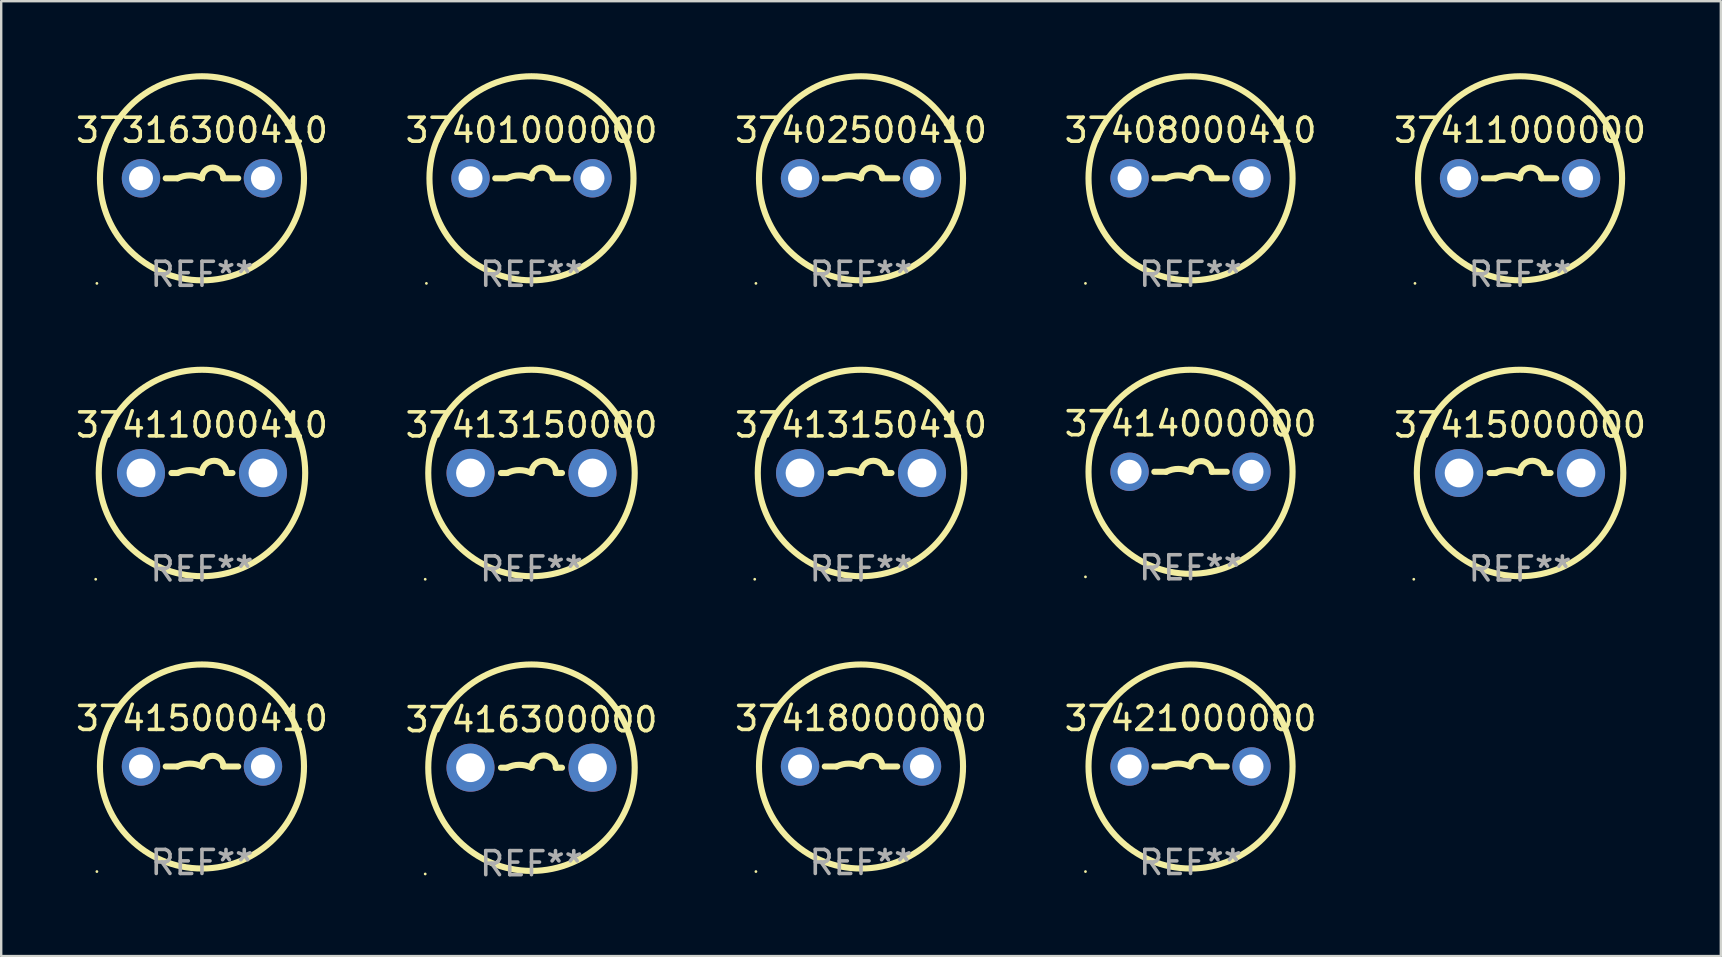
<source format=kicad_pcb>
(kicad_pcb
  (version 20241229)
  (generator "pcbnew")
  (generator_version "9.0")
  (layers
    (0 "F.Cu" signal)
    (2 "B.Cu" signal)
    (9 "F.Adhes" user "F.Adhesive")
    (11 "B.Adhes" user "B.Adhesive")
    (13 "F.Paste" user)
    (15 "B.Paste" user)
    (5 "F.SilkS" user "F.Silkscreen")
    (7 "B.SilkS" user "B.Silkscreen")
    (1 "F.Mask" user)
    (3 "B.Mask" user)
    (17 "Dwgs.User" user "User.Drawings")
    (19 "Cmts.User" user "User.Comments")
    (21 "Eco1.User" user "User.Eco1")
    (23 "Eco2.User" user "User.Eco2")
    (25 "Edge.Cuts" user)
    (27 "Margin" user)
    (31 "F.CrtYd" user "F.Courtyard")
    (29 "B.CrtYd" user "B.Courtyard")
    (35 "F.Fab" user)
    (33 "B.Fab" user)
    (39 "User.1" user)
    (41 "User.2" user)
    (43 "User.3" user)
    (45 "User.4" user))
  (footprint "37411000000"
    (layer "F.Cu")
    (at 60.268 4.377)
    (property "Reference" "37411000000" (at 0 -2 0) (layer "F.SilkS") (effects (font (size 1 1) (thickness 0.15))))
    (attr through_hole)
    (fp_line (start -1.509 0) (end -1.016 0) (stroke (width 0.254) (type solid)) (layer "F.SilkS"))
    (fp_line (start 1.509 0) (end 0.889 0) (stroke (width 0.254) (type solid)) (layer "F.SilkS"))
    (fp_arc (start -1.016002 0) (mid -0.508001 -0.119923) (end 0 0) (stroke (width 0.254001) (type solid)) (layer "F.SilkS"))
    (fp_arc (start 0 0) (mid 0.444501 -0.444501) (end 0.889002 0) (stroke (width 0.254001) (type solid)) (layer "F.SilkS"))
    (fp_circle (center -4.377 4.377) (end -4.347 4.377) (stroke (width 0.06) (type solid)) (fill no) (layer "F.SilkS"))
    (fp_circle (center 0 0) (end 4.25 0) (stroke (width 0.254) (type solid)) (fill no) (layer "F.SilkS"))
    (fp_text user "REF**" (at 0 4 0) (layer "F.Fab") (effects (font (size 1 1) (thickness 0.15))))
    (pad "1" thru_hole circle (at -2.54 0) (size 1.6 1.6) (drill 1) (layers "*.Cu" "*.Mask"))
    (pad "2" thru_hole circle (at 2.54 0) (size 1.6 1.6) (drill 1) (layers "*.Cu" "*.Mask")))
  (footprint "37418000000"
    (layer "F.Cu")
    (at 32.815 28.878)
    (property "Reference" "37418000000" (at 0 -2 0) (layer "F.SilkS") (effects (font (size 1 1) (thickness 0.15))))
    (attr through_hole)
    (fp_line (start -1.509 0) (end -1.016 0) (stroke (width 0.254) (type solid)) (layer "F.SilkS"))
    (fp_line (start 1.509 0) (end 0.889 0) (stroke (width 0.254) (type solid)) (layer "F.SilkS"))
    (fp_arc (start -1.016002 0) (mid -0.508001 -0.119923) (end 0 0) (stroke (width 0.254001) (type solid)) (layer "F.SilkS"))
    (fp_arc (start 0 0) (mid 0.444501 -0.444501) (end 0.889002 0) (stroke (width 0.254001) (type solid)) (layer "F.SilkS"))
    (fp_circle (center -4.377 4.377) (end -4.347 4.377) (stroke (width 0.06) (type solid)) (fill no) (layer "F.SilkS"))
    (fp_circle (center 0 0) (end 4.25 0) (stroke (width 0.254) (type solid)) (fill no) (layer "F.SilkS"))
    (fp_text user "REF**" (at 0 4 0) (layer "F.Fab") (effects (font (size 1 1) (thickness 0.15))))
    (pad "1" thru_hole circle (at -2.54 0) (size 1.6 1.6) (drill 1) (layers "*.Cu" "*.Mask"))
    (pad "2" thru_hole circle (at 2.54 0) (size 1.6 1.6) (drill 1) (layers "*.Cu" "*.Mask")))
  (footprint "37416300000"
    (layer "F.Cu")
    (at 19.089 28.928)
    (property "Reference" "37416300000" (at 0 -2 0) (layer "F.SilkS") (effects (font (size 1 1) (thickness 0.15))))
    (attr through_hole)
    (fp_line (start -1.016 0) (end -1.27 0) (stroke (width 0.254) (type solid)) (layer "F.SilkS"))
    (fp_line (start 1.016 0) (end 1.27 0) (stroke (width 0.254) (type solid)) (layer "F.SilkS"))
    (fp_arc (start -1.016002 0) (mid -0.508001 -0.119923) (end 0 0) (stroke (width 0.254001) (type solid)) (layer "F.SilkS"))
    (fp_arc (start 0 0) (mid 0.508001 -0.508001) (end 1.016002 0) (stroke (width 0.254001) (type solid)) (layer "F.SilkS"))
    (fp_circle (center -4.427 4.427) (end -4.397 4.427) (stroke (width 0.06) (type solid)) (fill no) (layer "F.SilkS"))
    (fp_circle (center 0 0) (end 4.3 0) (stroke (width 0.254) (type solid)) (fill no) (layer "F.SilkS"))
    (fp_text user "REF**" (at 0 4 0) (layer "F.Fab") (effects (font (size 1 1) (thickness 0.15))))
    (pad "1" thru_hole circle (at -2.54 0) (size 2 2) (drill 1.2) (layers "*.Cu" "*.Mask"))
    (pad "2" thru_hole circle (at 2.54 0) (size 2 2) (drill 1.2) (layers "*.Cu" "*.Mask")))
  (footprint "37414000000"
    (layer "F.Cu")
    (at 46.542 16.602)
    (property "Reference" "37414000000" (at 0 -2 0) (layer "F.SilkS") (effects (font (size 1 1) (thickness 0.15))))
    (attr through_hole)
    (fp_line (start -1.509 0) (end -1.016 0) (stroke (width 0.254) (type solid)) (layer "F.SilkS"))
    (fp_line (start 1.509 0) (end 0.889 0) (stroke (width 0.254) (type solid)) (layer "F.SilkS"))
    (fp_arc (start -1.016002 0) (mid -0.508001 -0.119923) (end 0 0) (stroke (width 0.254001) (type solid)) (layer "F.SilkS"))
    (fp_arc (start 0 0) (mid 0.444501 -0.444501) (end 0.889002 0) (stroke (width 0.254001) (type solid)) (layer "F.SilkS"))
    (fp_circle (center -4.377 4.377) (end -4.347 4.377) (stroke (width 0.06) (type solid)) (fill no) (layer "F.SilkS"))
    (fp_circle (center 0 0) (end 4.25 0) (stroke (width 0.254) (type solid)) (fill no) (layer "F.SilkS"))
    (fp_text user "REF**" (at 0 4 0) (layer "F.Fab") (effects (font (size 1 1) (thickness 0.15))))
    (pad "1" thru_hole circle (at -2.54 0) (size 1.6 1.6) (drill 1) (layers "*.Cu" "*.Mask"))
    (pad "2" thru_hole circle (at 2.54 0) (size 1.6 1.6) (drill 1) (layers "*.Cu" "*.Mask")))
  (footprint "37413150000"
    (layer "F.Cu")
    (at 19.089 16.652)
    (property "Reference" "37413150000" (at 0 -2 0) (layer "F.SilkS") (effects (font (size 1 1) (thickness 0.15))))
    (attr through_hole)
    (fp_line (start -1.016 0) (end -1.27 0) (stroke (width 0.254) (type solid)) (layer "F.SilkS"))
    (fp_line (start 1.016 0) (end 1.27 0) (stroke (width 0.254) (type solid)) (layer "F.SilkS"))
    (fp_arc (start -1.016002 0) (mid -0.508001 -0.119923) (end 0 0) (stroke (width 0.254001) (type solid)) (layer "F.SilkS"))
    (fp_arc (start 0 0) (mid 0.508001 -0.508001) (end 1.016002 0) (stroke (width 0.254001) (type solid)) (layer "F.SilkS"))
    (fp_circle (center -4.427 4.427) (end -4.397 4.427) (stroke (width 0.06) (type solid)) (fill no) (layer "F.SilkS"))
    (fp_circle (center 0 0) (end 4.3 0) (stroke (width 0.254) (type solid)) (fill no) (layer "F.SilkS"))
    (fp_text user "REF**" (at 0 4 0) (layer "F.Fab") (effects (font (size 1 1) (thickness 0.15))))
    (pad "1" thru_hole circle (at -2.54 0) (size 2 2) (drill 1.2) (layers "*.Cu" "*.Mask"))
    (pad "2" thru_hole circle (at 2.54 0) (size 2 2) (drill 1.2) (layers "*.Cu" "*.Mask")))
  (footprint "37415000000"
    (layer "F.Cu")
    (at 60.268 16.652)
    (property "Reference" "37415000000" (at 0 -2 0) (layer "F.SilkS") (effects (font (size 1 1) (thickness 0.15))))
    (attr through_hole)
    (fp_line (start -1.016 0) (end -1.27 0) (stroke (width 0.254) (type solid)) (layer "F.SilkS"))
    (fp_line (start 1.016 0) (end 1.27 0) (stroke (width 0.254) (type solid)) (layer "F.SilkS"))
    (fp_arc (start -1.016002 0) (mid -0.508001 -0.119923) (end 0 0) (stroke (width 0.254001) (type solid)) (layer "F.SilkS"))
    (fp_arc (start 0 0) (mid 0.508001 -0.508001) (end 1.016002 0) (stroke (width 0.254001) (type solid)) (layer "F.SilkS"))
    (fp_circle (center -4.427 4.427) (end -4.397 4.427) (stroke (width 0.06) (type solid)) (fill no) (layer "F.SilkS"))
    (fp_circle (center 0 0) (end 4.3 0) (stroke (width 0.254) (type solid)) (fill no) (layer "F.SilkS"))
    (fp_text user "REF**" (at 0 4 0) (layer "F.Fab") (effects (font (size 1 1) (thickness 0.15))))
    (pad "1" thru_hole circle (at -2.54 0) (size 2 2) (drill 1.2) (layers "*.Cu" "*.Mask"))
    (pad "2" thru_hole circle (at 2.54 0) (size 2 2) (drill 1.2) (layers "*.Cu" "*.Mask")))
  (footprint "37411000410"
    (layer "F.Cu")
    (at 5.363 16.652)
    (property "Reference" "37411000410" (at 0 -2 0) (layer "F.SilkS") (effects (font (size 1 1) (thickness 0.15))))
    (attr through_hole)
    (fp_line (start -1.016 0) (end -1.27 0) (stroke (width 0.254) (type solid)) (layer "F.SilkS"))
    (fp_line (start 1.016 0) (end 1.27 0) (stroke (width 0.254) (type solid)) (layer "F.SilkS"))
    (fp_arc (start -1.016002 0) (mid -0.508001 -0.119923) (end 0 0) (stroke (width 0.254001) (type solid)) (layer "F.SilkS"))
    (fp_arc (start 0 0) (mid 0.508001 -0.508001) (end 1.016002 0) (stroke (width 0.254001) (type solid)) (layer "F.SilkS"))
    (fp_circle (center -4.427 4.427) (end -4.397 4.427) (stroke (width 0.06) (type solid)) (fill no) (layer "F.SilkS"))
    (fp_circle (center 0 0) (end 4.3 0) (stroke (width 0.254) (type solid)) (fill no) (layer "F.SilkS"))
    (fp_text user "REF**" (at 0 4 0) (layer "F.Fab") (effects (font (size 1 1) (thickness 0.15))))
    (pad "1" thru_hole circle (at -2.54 0) (size 2 2) (drill 1.2) (layers "*.Cu" "*.Mask"))
    (pad "2" thru_hole circle (at 2.54 0) (size 2 2) (drill 1.2) (layers "*.Cu" "*.Mask")))
  (footprint "37421000000"
    (layer "F.Cu")
    (at 46.542 28.878)
    (property "Reference" "37421000000" (at 0 -2 0) (layer "F.SilkS") (effects (font (size 1 1) (thickness 0.15))))
    (attr through_hole)
    (fp_line (start -1.509 0) (end -1.016 0) (stroke (width 0.254) (type solid)) (layer "F.SilkS"))
    (fp_line (start 1.509 0) (end 0.889 0) (stroke (width 0.254) (type solid)) (layer "F.SilkS"))
    (fp_arc (start -1.016002 0) (mid -0.508001 -0.119923) (end 0 0) (stroke (width 0.254001) (type solid)) (layer "F.SilkS"))
    (fp_arc (start 0 0) (mid 0.444501 -0.444501) (end 0.889002 0) (stroke (width 0.254001) (type solid)) (layer "F.SilkS"))
    (fp_circle (center -4.377 4.377) (end -4.347 4.377) (stroke (width 0.06) (type solid)) (fill no) (layer "F.SilkS"))
    (fp_circle (center 0 0) (end 4.25 0) (stroke (width 0.254) (type solid)) (fill no) (layer "F.SilkS"))
    (fp_text user "REF**" (at 0 4 0) (layer "F.Fab") (effects (font (size 1 1) (thickness 0.15))))
    (pad "1" thru_hole circle (at -2.54 0) (size 1.6 1.6) (drill 1) (layers "*.Cu" "*.Mask"))
    (pad "2" thru_hole circle (at 2.54 0) (size 1.6 1.6) (drill 1) (layers "*.Cu" "*.Mask")))
  (footprint "37415000410"
    (layer "F.Cu")
    (at 5.363 28.878)
    (property "Reference" "37415000410" (at 0 -2 0) (layer "F.SilkS") (effects (font (size 1 1) (thickness 0.15))))
    (attr through_hole)
    (fp_line (start -1.509 0) (end -1.016 0) (stroke (width 0.254) (type solid)) (layer "F.SilkS"))
    (fp_line (start 1.509 0) (end 0.889 0) (stroke (width 0.254) (type solid)) (layer "F.SilkS"))
    (fp_arc (start -1.016002 0) (mid -0.508001 -0.119923) (end 0 0) (stroke (width 0.254001) (type solid)) (layer "F.SilkS"))
    (fp_arc (start 0 0) (mid 0.444501 -0.444501) (end 0.889002 0) (stroke (width 0.254001) (type solid)) (layer "F.SilkS"))
    (fp_circle (center -4.377 4.377) (end -4.347 4.377) (stroke (width 0.06) (type solid)) (fill no) (layer "F.SilkS"))
    (fp_circle (center 0 0) (end 4.25 0) (stroke (width 0.254) (type solid)) (fill no) (layer "F.SilkS"))
    (fp_text user "REF**" (at 0 4 0) (layer "F.Fab") (effects (font (size 1 1) (thickness 0.15))))
    (pad "1" thru_hole circle (at -2.54 0) (size 1.6 1.6) (drill 1) (layers "*.Cu" "*.Mask"))
    (pad "2" thru_hole circle (at 2.54 0) (size 1.6 1.6) (drill 1) (layers "*.Cu" "*.Mask")))
  (footprint "37401000000"
    (layer "F.Cu")
    (at 19.089 4.377)
    (property "Reference" "37401000000" (at 0 -2 0) (layer "F.SilkS") (effects (font (size 1 1) (thickness 0.15))))
    (attr through_hole)
    (fp_line (start -1.509 0) (end -1.016 0) (stroke (width 0.254) (type solid)) (layer "F.SilkS"))
    (fp_line (start 1.509 0) (end 0.889 0) (stroke (width 0.254) (type solid)) (layer "F.SilkS"))
    (fp_arc (start -1.016002 0) (mid -0.508001 -0.119923) (end 0 0) (stroke (width 0.254001) (type solid)) (layer "F.SilkS"))
    (fp_arc (start 0 0) (mid 0.444501 -0.444501) (end 0.889002 0) (stroke (width 0.254001) (type solid)) (layer "F.SilkS"))
    (fp_circle (center -4.377 4.377) (end -4.347 4.377) (stroke (width 0.06) (type solid)) (fill no) (layer "F.SilkS"))
    (fp_circle (center 0 0) (end 4.25 0) (stroke (width 0.254) (type solid)) (fill no) (layer "F.SilkS"))
    (fp_text user "REF**" (at 0 4 0) (layer "F.Fab") (effects (font (size 1 1) (thickness 0.15))))
    (pad "1" thru_hole circle (at -2.54 0) (size 1.6 1.6) (drill 1) (layers "*.Cu" "*.Mask"))
    (pad "2" thru_hole circle (at 2.54 0) (size 1.6 1.6) (drill 1) (layers "*.Cu" "*.Mask")))
  (footprint "37316300410"
    (layer "F.Cu")
    (at 5.363 4.377)
    (property "Reference" "37316300410" (at 0 -2 0) (layer "F.SilkS") (effects (font (size 1 1) (thickness 0.15))))
    (attr through_hole)
    (fp_line (start -1.509 0) (end -1.016 0) (stroke (width 0.254) (type solid)) (layer "F.SilkS"))
    (fp_line (start 1.509 0) (end 0.889 0) (stroke (width 0.254) (type solid)) (layer "F.SilkS"))
    (fp_arc (start -1.016002 0) (mid -0.508001 -0.119923) (end 0 0) (stroke (width 0.254001) (type solid)) (layer "F.SilkS"))
    (fp_arc (start 0 0) (mid 0.444501 -0.444501) (end 0.889002 0) (stroke (width 0.254001) (type solid)) (layer "F.SilkS"))
    (fp_circle (center -4.377 4.377) (end -4.347 4.377) (stroke (width 0.06) (type solid)) (fill no) (layer "F.SilkS"))
    (fp_circle (center 0 0) (end 4.25 0) (stroke (width 0.254) (type solid)) (fill no) (layer "F.SilkS"))
    (fp_text user "REF**" (at 0 4 0) (layer "F.Fab") (effects (font (size 1 1) (thickness 0.15))))
    (pad "1" thru_hole circle (at -2.54 0) (size 1.6 1.6) (drill 1) (layers "*.Cu" "*.Mask"))
    (pad "2" thru_hole circle (at 2.54 0) (size 1.6 1.6) (drill 1) (layers "*.Cu" "*.Mask")))
  (footprint "37402500410"
    (layer "F.Cu")
    (at 32.815 4.377)
    (property "Reference" "37402500410" (at 0 -2 0) (layer "F.SilkS") (effects (font (size 1 1) (thickness 0.15))))
    (attr through_hole)
    (fp_line (start -1.509 0) (end -1.016 0) (stroke (width 0.254) (type solid)) (layer "F.SilkS"))
    (fp_line (start 1.509 0) (end 0.889 0) (stroke (width 0.254) (type solid)) (layer "F.SilkS"))
    (fp_arc (start -1.016002 0) (mid -0.508001 -0.119923) (end 0 0) (stroke (width 0.254001) (type solid)) (layer "F.SilkS"))
    (fp_arc (start 0 0) (mid 0.444501 -0.444501) (end 0.889002 0) (stroke (width 0.254001) (type solid)) (layer "F.SilkS"))
    (fp_circle (center -4.377 4.377) (end -4.347 4.377) (stroke (width 0.06) (type solid)) (fill no) (layer "F.SilkS"))
    (fp_circle (center 0 0) (end 4.25 0) (stroke (width 0.254) (type solid)) (fill no) (layer "F.SilkS"))
    (fp_text user "REF**" (at 0 4 0) (layer "F.Fab") (effects (font (size 1 1) (thickness 0.15))))
    (pad "1" thru_hole circle (at -2.54 0) (size 1.6 1.6) (drill 1) (layers "*.Cu" "*.Mask"))
    (pad "2" thru_hole circle (at 2.54 0) (size 1.6 1.6) (drill 1) (layers "*.Cu" "*.Mask")))
  (footprint "37408000410"
    (layer "F.Cu")
    (at 46.542 4.377)
    (property "Reference" "37408000410" (at 0 -2 0) (layer "F.SilkS") (effects (font (size 1 1) (thickness 0.15))))
    (attr through_hole)
    (fp_line (start -1.509 0) (end -1.016 0) (stroke (width 0.254) (type solid)) (layer "F.SilkS"))
    (fp_line (start 1.509 0) (end 0.889 0) (stroke (width 0.254) (type solid)) (layer "F.SilkS"))
    (fp_arc (start -1.016002 0) (mid -0.508001 -0.119923) (end 0 0) (stroke (width 0.254001) (type solid)) (layer "F.SilkS"))
    (fp_arc (start 0 0) (mid 0.444501 -0.444501) (end 0.889002 0) (stroke (width 0.254001) (type solid)) (layer "F.SilkS"))
    (fp_circle (center -4.377 4.377) (end -4.347 4.377) (stroke (width 0.06) (type solid)) (fill no) (layer "F.SilkS"))
    (fp_circle (center 0 0) (end 4.25 0) (stroke (width 0.254) (type solid)) (fill no) (layer "F.SilkS"))
    (fp_text user "REF**" (at 0 4 0) (layer "F.Fab") (effects (font (size 1 1) (thickness 0.15))))
    (pad "1" thru_hole circle (at -2.54 0) (size 1.6 1.6) (drill 1) (layers "*.Cu" "*.Mask"))
    (pad "2" thru_hole circle (at 2.54 0) (size 1.6 1.6) (drill 1) (layers "*.Cu" "*.Mask")))
  (footprint "37413150410"
    (layer "F.Cu")
    (at 32.815 16.652)
    (property "Reference" "37413150410" (at 0 -2 0) (layer "F.SilkS") (effects (font (size 1 1) (thickness 0.15))))
    (attr through_hole)
    (fp_line (start -1.016 0) (end -1.27 0) (stroke (width 0.254) (type solid)) (layer "F.SilkS"))
    (fp_line (start 1.016 0) (end 1.27 0) (stroke (width 0.254) (type solid)) (layer "F.SilkS"))
    (fp_arc (start -1.016002 0) (mid -0.508001 -0.119923) (end 0 0) (stroke (width 0.254001) (type solid)) (layer "F.SilkS"))
    (fp_arc (start 0 0) (mid 0.508001 -0.508001) (end 1.016002 0) (stroke (width 0.254001) (type solid)) (layer "F.SilkS"))
    (fp_circle (center -4.427 4.427) (end -4.397 4.427) (stroke (width 0.06) (type solid)) (fill no) (layer "F.SilkS"))
    (fp_circle (center 0 0) (end 4.3 0) (stroke (width 0.254) (type solid)) (fill no) (layer "F.SilkS"))
    (fp_text user "REF**" (at 0 4 0) (layer "F.Fab") (effects (font (size 1 1) (thickness 0.15))))
    (pad "1" thru_hole circle (at -2.54 0) (size 2 2) (drill 1.2) (layers "*.Cu" "*.Mask"))
    (pad "2" thru_hole circle (at 2.54 0) (size 2 2) (drill 1.2) (layers "*.Cu" "*.Mask")))
  (gr_rect
    (start -3 -3)
    (end 68.631 36.776)
    (stroke (width 0.1) (type default))
    (fill no)
    (layer "Edge.Cuts")))
</source>
